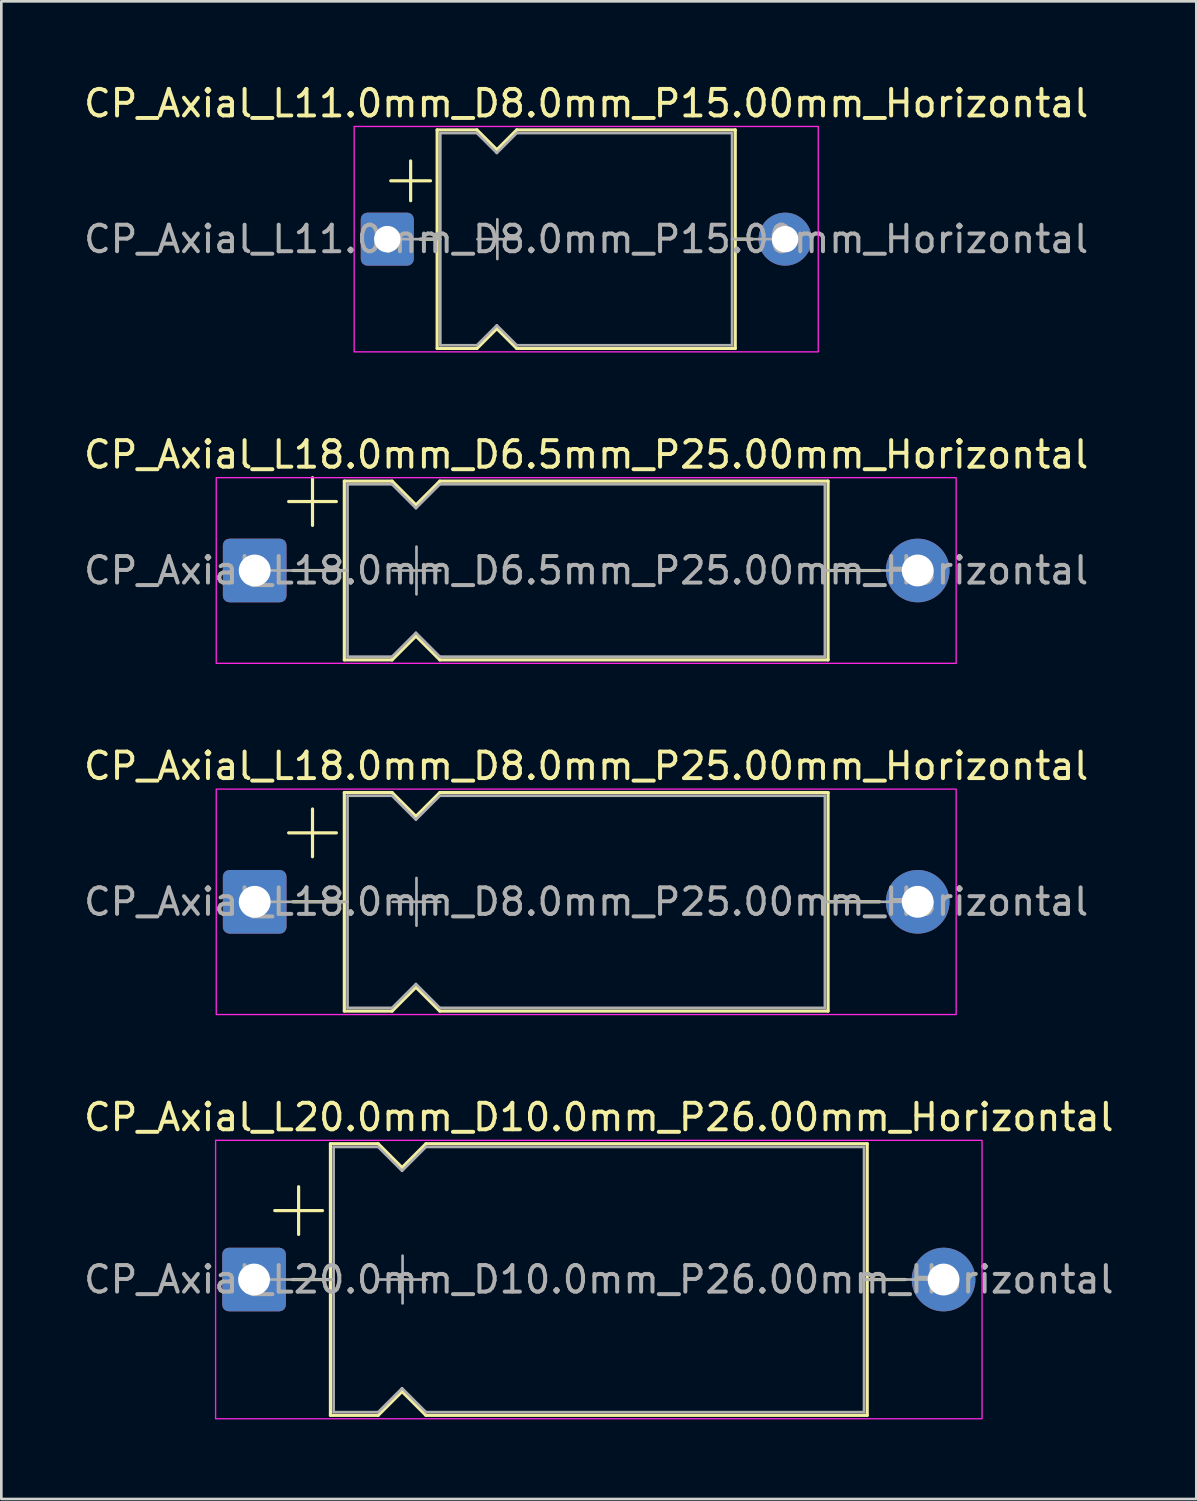
<source format=kicad_pcb>
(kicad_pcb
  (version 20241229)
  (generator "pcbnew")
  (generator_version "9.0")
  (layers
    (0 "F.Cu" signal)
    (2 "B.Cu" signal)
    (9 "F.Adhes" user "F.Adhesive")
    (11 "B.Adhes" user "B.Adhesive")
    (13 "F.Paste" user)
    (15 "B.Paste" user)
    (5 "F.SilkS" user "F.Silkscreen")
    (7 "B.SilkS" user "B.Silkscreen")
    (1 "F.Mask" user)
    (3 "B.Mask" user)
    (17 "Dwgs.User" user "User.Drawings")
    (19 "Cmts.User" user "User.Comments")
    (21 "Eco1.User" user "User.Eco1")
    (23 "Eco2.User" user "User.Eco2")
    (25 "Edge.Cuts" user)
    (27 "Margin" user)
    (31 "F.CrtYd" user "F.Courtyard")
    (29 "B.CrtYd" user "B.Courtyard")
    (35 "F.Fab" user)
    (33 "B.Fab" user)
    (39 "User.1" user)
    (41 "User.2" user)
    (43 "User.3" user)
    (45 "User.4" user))
  (footprint "CP_Axial_L11.0mm_D8.0mm_P15.00mm_Horizontal"
    (layer "F.Cu")
    (at 11.554 5.968)
    (property "Reference" "CP_Axial_L11.0mm_D8.0mm_P15.00mm_Horizontal" (at 7.5 -5.12 0) (layer "F.SilkS") (effects (font (size 1 1) (thickness 0.15))))
    (attr through_hole)
    (fp_line (start 0.13 -2.2) (end 1.63 -2.2) (stroke (width 0.12) (type solid)) (layer "F.SilkS"))
    (fp_line (start 0.88 -2.95) (end 0.88 -1.45) (stroke (width 0.12) (type solid)) (layer "F.SilkS"))
    (fp_line (start 1.24 0) (end 1.88 0) (stroke (width 0.12) (type solid)) (layer "F.SilkS"))
    (fp_line (start 1.88 -4.12) (end 1.88 4.12) (stroke (width 0.12) (type solid)) (layer "F.SilkS"))
    (fp_line (start 1.88 -4.12) (end 3.38 -4.12) (stroke (width 0.12) (type solid)) (layer "F.SilkS"))
    (fp_line (start 1.88 4.12) (end 3.38 4.12) (stroke (width 0.12) (type solid)) (layer "F.SilkS"))
    (fp_line (start 3.38 -4.12) (end 4.13 -3.37) (stroke (width 0.12) (type solid)) (layer "F.SilkS"))
    (fp_line (start 3.38 4.12) (end 4.13 3.37) (stroke (width 0.12) (type solid)) (layer "F.SilkS"))
    (fp_line (start 4.13 -3.37) (end 4.88 -4.12) (stroke (width 0.12) (type solid)) (layer "F.SilkS"))
    (fp_line (start 4.13 3.37) (end 4.88 4.12) (stroke (width 0.12) (type solid)) (layer "F.SilkS"))
    (fp_line (start 4.88 -4.12) (end 13.12 -4.12) (stroke (width 0.12) (type solid)) (layer "F.SilkS"))
    (fp_line (start 4.88 4.12) (end 13.12 4.12) (stroke (width 0.12) (type solid)) (layer "F.SilkS"))
    (fp_line (start 13.12 -4.12) (end 13.12 4.12) (stroke (width 0.12) (type solid)) (layer "F.SilkS"))
    (fp_line (start 13.76 0) (end 13.12 0) (stroke (width 0.12) (type solid)) (layer "F.SilkS"))
    (fp_rect (start -1.25 -4.25) (end 16.25 4.25) (stroke (width 0.05) (type solid)) (fill no) (layer "F.CrtYd"))
    (fp_line (start 0 0) (end 2 0) (stroke (width 0.1) (type solid)) (layer "F.Fab"))
    (fp_line (start 2 -4) (end 2 4) (stroke (width 0.1) (type solid)) (layer "F.Fab"))
    (fp_line (start 2 -4) (end 3.38 -4) (stroke (width 0.1) (type solid)) (layer "F.Fab"))
    (fp_line (start 2 4) (end 3.38 4) (stroke (width 0.1) (type solid)) (layer "F.Fab"))
    (fp_line (start 3.38 -4) (end 4.13 -3.25) (stroke (width 0.1) (type solid)) (layer "F.Fab"))
    (fp_line (start 3.38 4) (end 4.13 3.25) (stroke (width 0.1) (type solid)) (layer "F.Fab"))
    (fp_line (start 3.4 0) (end 4.9 0) (stroke (width 0.1) (type solid)) (layer "F.Fab"))
    (fp_line (start 4.13 -3.25) (end 4.88 -4) (stroke (width 0.1) (type solid)) (layer "F.Fab"))
    (fp_line (start 4.13 3.25) (end 4.88 4) (stroke (width 0.1) (type solid)) (layer "F.Fab"))
    (fp_line (start 4.15 -0.75) (end 4.15 0.75) (stroke (width 0.1) (type solid)) (layer "F.Fab"))
    (fp_line (start 4.88 -4) (end 13 -4) (stroke (width 0.1) (type solid)) (layer "F.Fab"))
    (fp_line (start 4.88 4) (end 13 4) (stroke (width 0.1) (type solid)) (layer "F.Fab"))
    (fp_line (start 13 -4) (end 13 4) (stroke (width 0.1) (type solid)) (layer "F.Fab"))
    (fp_line (start 15 0) (end 13 0) (stroke (width 0.1) (type solid)) (layer "F.Fab"))
    (fp_text user "${REFERENCE}" (at 7.5 0 0) (layer "F.Fab") (effects (font (size 1 1) (thickness 0.15))))
    (pad "1" thru_hole roundrect (at 0 0) (size 2 2) (drill 1) (layers "*.Cu" "*.Mask") (roundrect_rratio 0.125))
    (pad "2" thru_hole circle (at 15 0) (size 2 2) (drill 1) (layers "*.Cu" "*.Mask")))
  (footprint "CP_Axial_L18.0mm_D6.5mm_P25.00mm_Horizontal"
    (layer "F.Cu")
    (at 6.554 18.462)
    (property "Reference" "CP_Axial_L18.0mm_D6.5mm_P25.00mm_Horizontal" (at 12.5 -4.37 0) (layer "F.SilkS") (effects (font (size 1 1) (thickness 0.15))))
    (attr through_hole)
    (fp_line (start 1.28 -2.6) (end 3.08 -2.6) (stroke (width 0.12) (type solid)) (layer "F.SilkS"))
    (fp_line (start 1.44 0) (end 3.38 0) (stroke (width 0.12) (type solid)) (layer "F.SilkS"))
    (fp_line (start 2.18 -3.5) (end 2.18 -1.7) (stroke (width 0.12) (type solid)) (layer "F.SilkS"))
    (fp_line (start 3.38 -3.37) (end 3.38 3.37) (stroke (width 0.12) (type solid)) (layer "F.SilkS"))
    (fp_line (start 3.38 -3.37) (end 5.18 -3.37) (stroke (width 0.12) (type solid)) (layer "F.SilkS"))
    (fp_line (start 3.38 3.37) (end 5.18 3.37) (stroke (width 0.12) (type solid)) (layer "F.SilkS"))
    (fp_line (start 5.18 -3.37) (end 6.08 -2.47) (stroke (width 0.12) (type solid)) (layer "F.SilkS"))
    (fp_line (start 5.18 3.37) (end 6.08 2.47) (stroke (width 0.12) (type solid)) (layer "F.SilkS"))
    (fp_line (start 6.08 -2.47) (end 6.98 -3.37) (stroke (width 0.12) (type solid)) (layer "F.SilkS"))
    (fp_line (start 6.08 2.47) (end 6.98 3.37) (stroke (width 0.12) (type solid)) (layer "F.SilkS"))
    (fp_line (start 6.98 -3.37) (end 21.62 -3.37) (stroke (width 0.12) (type solid)) (layer "F.SilkS"))
    (fp_line (start 6.98 3.37) (end 21.62 3.37) (stroke (width 0.12) (type solid)) (layer "F.SilkS"))
    (fp_line (start 21.62 -3.37) (end 21.62 3.37) (stroke (width 0.12) (type solid)) (layer "F.SilkS"))
    (fp_line (start 23.56 0) (end 21.62 0) (stroke (width 0.12) (type solid)) (layer "F.SilkS"))
    (fp_rect (start -1.45 -3.5) (end 26.45 3.5) (stroke (width 0.05) (type solid)) (fill no) (layer "F.CrtYd"))
    (fp_line (start 0 0) (end 3.5 0) (stroke (width 0.1) (type solid)) (layer "F.Fab"))
    (fp_line (start 3.5 -3.25) (end 3.5 3.25) (stroke (width 0.1) (type solid)) (layer "F.Fab"))
    (fp_line (start 3.5 -3.25) (end 5.18 -3.25) (stroke (width 0.1) (type solid)) (layer "F.Fab"))
    (fp_line (start 3.5 3.25) (end 5.18 3.25) (stroke (width 0.1) (type solid)) (layer "F.Fab"))
    (fp_line (start 5.18 -3.25) (end 6.08 -2.35) (stroke (width 0.1) (type solid)) (layer "F.Fab"))
    (fp_line (start 5.18 3.25) (end 6.08 2.35) (stroke (width 0.1) (type solid)) (layer "F.Fab"))
    (fp_line (start 5.2 0) (end 7 0) (stroke (width 0.1) (type solid)) (layer "F.Fab"))
    (fp_line (start 6.08 -2.35) (end 6.98 -3.25) (stroke (width 0.1) (type solid)) (layer "F.Fab"))
    (fp_line (start 6.08 2.35) (end 6.98 3.25) (stroke (width 0.1) (type solid)) (layer "F.Fab"))
    (fp_line (start 6.1 -0.9) (end 6.1 0.9) (stroke (width 0.1) (type solid)) (layer "F.Fab"))
    (fp_line (start 6.98 -3.25) (end 21.5 -3.25) (stroke (width 0.1) (type solid)) (layer "F.Fab"))
    (fp_line (start 6.98 3.25) (end 21.5 3.25) (stroke (width 0.1) (type solid)) (layer "F.Fab"))
    (fp_line (start 21.5 -3.25) (end 21.5 3.25) (stroke (width 0.1) (type solid)) (layer "F.Fab"))
    (fp_line (start 25 0) (end 21.5 0) (stroke (width 0.1) (type solid)) (layer "F.Fab"))
    (fp_text user "${REFERENCE}" (at 12.5 0 0) (layer "F.Fab") (effects (font (size 1 1) (thickness 0.15))))
    (pad "1" thru_hole roundrect (at 0 0) (size 2.4 2.4) (drill 1.2) (layers "*.Cu" "*.Mask") (roundrect_rratio 0.104))
    (pad "2" thru_hole circle (at 25 0) (size 2.4 2.4) (drill 1.2) (layers "*.Cu" "*.Mask")))
  (footprint "CP_Axial_L20.0mm_D10.0mm_P26.00mm_Horizontal"
    (layer "F.Cu")
    (at 6.53 45.198)
    (property "Reference" "CP_Axial_L20.0mm_D10.0mm_P26.00mm_Horizontal" (at 13 -6.12 0) (layer "F.SilkS") (effects (font (size 1 1) (thickness 0.15))))
    (attr through_hole)
    (fp_line (start 0.78 -2.6) (end 2.58 -2.6) (stroke (width 0.12) (type solid)) (layer "F.SilkS"))
    (fp_line (start 1.44 0) (end 2.88 0) (stroke (width 0.12) (type solid)) (layer "F.SilkS"))
    (fp_line (start 1.68 -3.5) (end 1.68 -1.7) (stroke (width 0.12) (type solid)) (layer "F.SilkS"))
    (fp_line (start 2.88 -5.12) (end 2.88 5.12) (stroke (width 0.12) (type solid)) (layer "F.SilkS"))
    (fp_line (start 2.88 -5.12) (end 4.68 -5.12) (stroke (width 0.12) (type solid)) (layer "F.SilkS"))
    (fp_line (start 2.88 5.12) (end 4.68 5.12) (stroke (width 0.12) (type solid)) (layer "F.SilkS"))
    (fp_line (start 4.68 -5.12) (end 5.58 -4.22) (stroke (width 0.12) (type solid)) (layer "F.SilkS"))
    (fp_line (start 4.68 5.12) (end 5.58 4.22) (stroke (width 0.12) (type solid)) (layer "F.SilkS"))
    (fp_line (start 5.58 -4.22) (end 6.48 -5.12) (stroke (width 0.12) (type solid)) (layer "F.SilkS"))
    (fp_line (start 5.58 4.22) (end 6.48 5.12) (stroke (width 0.12) (type solid)) (layer "F.SilkS"))
    (fp_line (start 6.48 -5.12) (end 23.12 -5.12) (stroke (width 0.12) (type solid)) (layer "F.SilkS"))
    (fp_line (start 6.48 5.12) (end 23.12 5.12) (stroke (width 0.12) (type solid)) (layer "F.SilkS"))
    (fp_line (start 23.12 -5.12) (end 23.12 5.12) (stroke (width 0.12) (type solid)) (layer "F.SilkS"))
    (fp_line (start 24.56 0) (end 23.12 0) (stroke (width 0.12) (type solid)) (layer "F.SilkS"))
    (fp_rect (start -1.45 -5.25) (end 27.45 5.25) (stroke (width 0.05) (type solid)) (fill no) (layer "F.CrtYd"))
    (fp_line (start 0 0) (end 3 0) (stroke (width 0.1) (type solid)) (layer "F.Fab"))
    (fp_line (start 3 -5) (end 3 5) (stroke (width 0.1) (type solid)) (layer "F.Fab"))
    (fp_line (start 3 -5) (end 4.68 -5) (stroke (width 0.1) (type solid)) (layer "F.Fab"))
    (fp_line (start 3 5) (end 4.68 5) (stroke (width 0.1) (type solid)) (layer "F.Fab"))
    (fp_line (start 4.68 -5) (end 5.58 -4.1) (stroke (width 0.1) (type solid)) (layer "F.Fab"))
    (fp_line (start 4.68 5) (end 5.58 4.1) (stroke (width 0.1) (type solid)) (layer "F.Fab"))
    (fp_line (start 4.7 0) (end 6.5 0) (stroke (width 0.1) (type solid)) (layer "F.Fab"))
    (fp_line (start 5.58 -4.1) (end 6.48 -5) (stroke (width 0.1) (type solid)) (layer "F.Fab"))
    (fp_line (start 5.58 4.1) (end 6.48 5) (stroke (width 0.1) (type solid)) (layer "F.Fab"))
    (fp_line (start 5.6 -0.9) (end 5.6 0.9) (stroke (width 0.1) (type solid)) (layer "F.Fab"))
    (fp_line (start 6.48 -5) (end 23 -5) (stroke (width 0.1) (type solid)) (layer "F.Fab"))
    (fp_line (start 6.48 5) (end 23 5) (stroke (width 0.1) (type solid)) (layer "F.Fab"))
    (fp_line (start 23 -5) (end 23 5) (stroke (width 0.1) (type solid)) (layer "F.Fab"))
    (fp_line (start 26 0) (end 23 0) (stroke (width 0.1) (type solid)) (layer "F.Fab"))
    (fp_text user "${REFERENCE}" (at 13 0 0) (layer "F.Fab") (effects (font (size 1 1) (thickness 0.15))))
    (pad "1" thru_hole roundrect (at 0 0) (size 2.4 2.4) (drill 1.2) (layers "*.Cu" "*.Mask") (roundrect_rratio 0.104))
    (pad "2" thru_hole circle (at 26 0) (size 2.4 2.4) (drill 1.2) (layers "*.Cu" "*.Mask")))
  (footprint "CP_Axial_L18.0mm_D8.0mm_P25.00mm_Horizontal"
    (layer "F.Cu")
    (at 6.554 30.955)
    (property "Reference" "CP_Axial_L18.0mm_D8.0mm_P25.00mm_Horizontal" (at 12.5 -5.12 0) (layer "F.SilkS") (effects (font (size 1 1) (thickness 0.15))))
    (attr through_hole)
    (fp_line (start 1.28 -2.6) (end 3.08 -2.6) (stroke (width 0.12) (type solid)) (layer "F.SilkS"))
    (fp_line (start 1.44 0) (end 3.38 0) (stroke (width 0.12) (type solid)) (layer "F.SilkS"))
    (fp_line (start 2.18 -3.5) (end 2.18 -1.7) (stroke (width 0.12) (type solid)) (layer "F.SilkS"))
    (fp_line (start 3.38 -4.12) (end 3.38 4.12) (stroke (width 0.12) (type solid)) (layer "F.SilkS"))
    (fp_line (start 3.38 -4.12) (end 5.18 -4.12) (stroke (width 0.12) (type solid)) (layer "F.SilkS"))
    (fp_line (start 3.38 4.12) (end 5.18 4.12) (stroke (width 0.12) (type solid)) (layer "F.SilkS"))
    (fp_line (start 5.18 -4.12) (end 6.08 -3.22) (stroke (width 0.12) (type solid)) (layer "F.SilkS"))
    (fp_line (start 5.18 4.12) (end 6.08 3.22) (stroke (width 0.12) (type solid)) (layer "F.SilkS"))
    (fp_line (start 6.08 -3.22) (end 6.98 -4.12) (stroke (width 0.12) (type solid)) (layer "F.SilkS"))
    (fp_line (start 6.08 3.22) (end 6.98 4.12) (stroke (width 0.12) (type solid)) (layer "F.SilkS"))
    (fp_line (start 6.98 -4.12) (end 21.62 -4.12) (stroke (width 0.12) (type solid)) (layer "F.SilkS"))
    (fp_line (start 6.98 4.12) (end 21.62 4.12) (stroke (width 0.12) (type solid)) (layer "F.SilkS"))
    (fp_line (start 21.62 -4.12) (end 21.62 4.12) (stroke (width 0.12) (type solid)) (layer "F.SilkS"))
    (fp_line (start 23.56 0) (end 21.62 0) (stroke (width 0.12) (type solid)) (layer "F.SilkS"))
    (fp_rect (start -1.45 -4.25) (end 26.45 4.25) (stroke (width 0.05) (type solid)) (fill no) (layer "F.CrtYd"))
    (fp_line (start 0 0) (end 3.5 0) (stroke (width 0.1) (type solid)) (layer "F.Fab"))
    (fp_line (start 3.5 -4) (end 3.5 4) (stroke (width 0.1) (type solid)) (layer "F.Fab"))
    (fp_line (start 3.5 -4) (end 5.18 -4) (stroke (width 0.1) (type solid)) (layer "F.Fab"))
    (fp_line (start 3.5 4) (end 5.18 4) (stroke (width 0.1) (type solid)) (layer "F.Fab"))
    (fp_line (start 5.18 -4) (end 6.08 -3.1) (stroke (width 0.1) (type solid)) (layer "F.Fab"))
    (fp_line (start 5.18 4) (end 6.08 3.1) (stroke (width 0.1) (type solid)) (layer "F.Fab"))
    (fp_line (start 5.2 0) (end 7 0) (stroke (width 0.1) (type solid)) (layer "F.Fab"))
    (fp_line (start 6.08 -3.1) (end 6.98 -4) (stroke (width 0.1) (type solid)) (layer "F.Fab"))
    (fp_line (start 6.08 3.1) (end 6.98 4) (stroke (width 0.1) (type solid)) (layer "F.Fab"))
    (fp_line (start 6.1 -0.9) (end 6.1 0.9) (stroke (width 0.1) (type solid)) (layer "F.Fab"))
    (fp_line (start 6.98 -4) (end 21.5 -4) (stroke (width 0.1) (type solid)) (layer "F.Fab"))
    (fp_line (start 6.98 4) (end 21.5 4) (stroke (width 0.1) (type solid)) (layer "F.Fab"))
    (fp_line (start 21.5 -4) (end 21.5 4) (stroke (width 0.1) (type solid)) (layer "F.Fab"))
    (fp_line (start 25 0) (end 21.5 0) (stroke (width 0.1) (type solid)) (layer "F.Fab"))
    (fp_text user "${REFERENCE}" (at 12.5 0 0) (layer "F.Fab") (effects (font (size 1 1) (thickness 0.15))))
    (pad "1" thru_hole roundrect (at 0 0) (size 2.4 2.4) (drill 1.2) (layers "*.Cu" "*.Mask") (roundrect_rratio 0.104))
    (pad "2" thru_hole circle (at 25 0) (size 2.4 2.4) (drill 1.2) (layers "*.Cu" "*.Mask")))
  (gr_rect
    (start -3 -3)
    (end 42.06 53.473)
    (stroke (width 0.1) (type default))
    (fill no)
    (layer "Edge.Cuts")))
</source>
